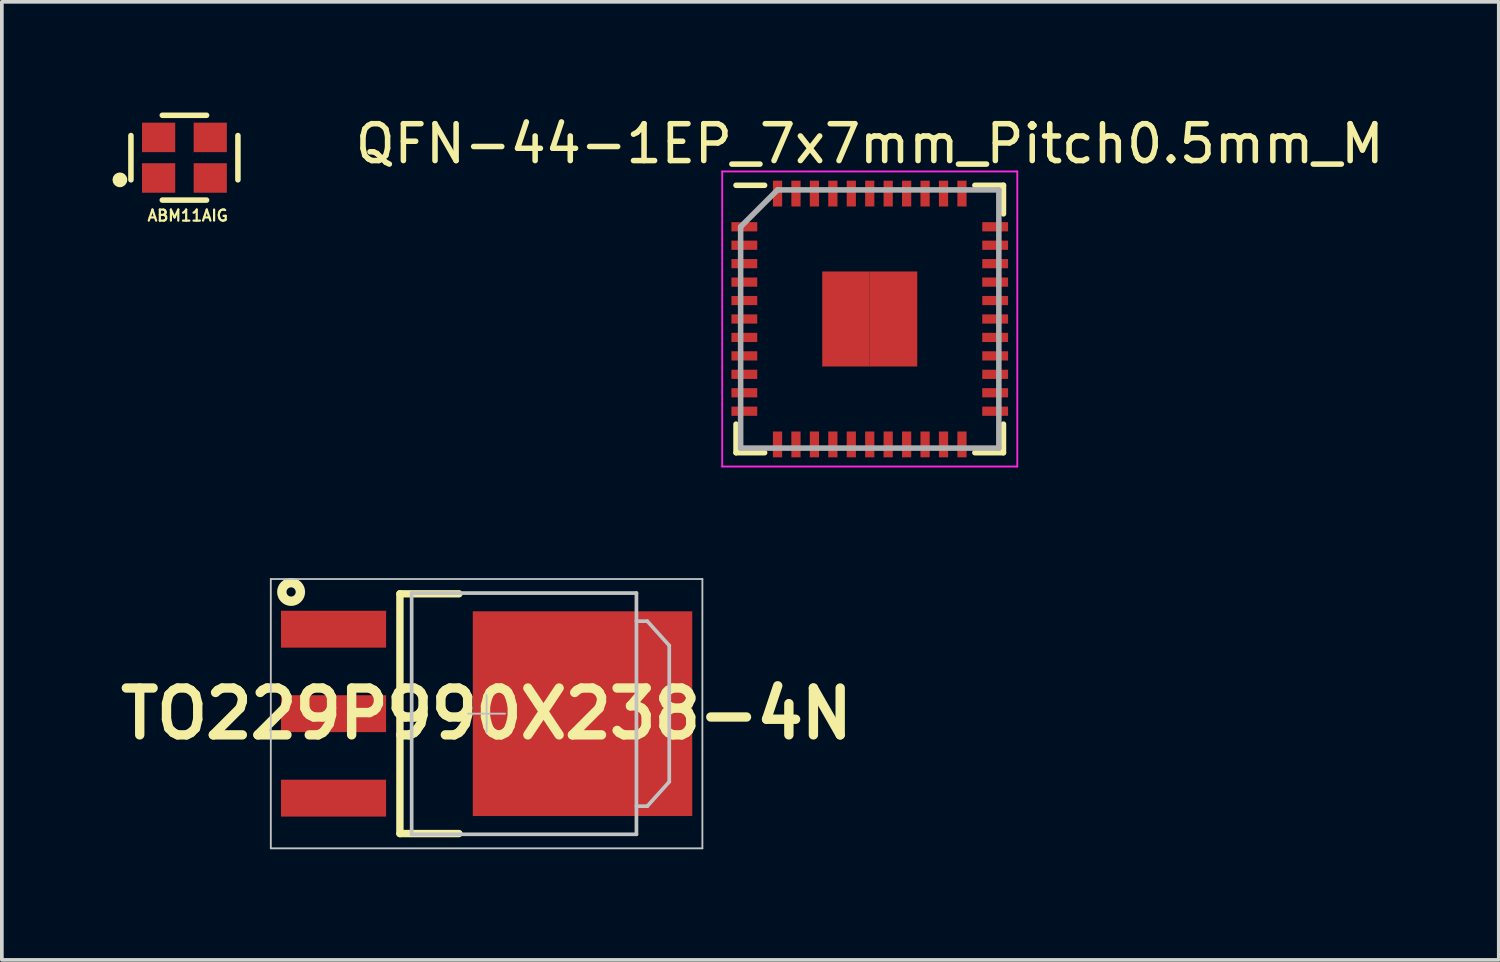
<source format=kicad_pcb>
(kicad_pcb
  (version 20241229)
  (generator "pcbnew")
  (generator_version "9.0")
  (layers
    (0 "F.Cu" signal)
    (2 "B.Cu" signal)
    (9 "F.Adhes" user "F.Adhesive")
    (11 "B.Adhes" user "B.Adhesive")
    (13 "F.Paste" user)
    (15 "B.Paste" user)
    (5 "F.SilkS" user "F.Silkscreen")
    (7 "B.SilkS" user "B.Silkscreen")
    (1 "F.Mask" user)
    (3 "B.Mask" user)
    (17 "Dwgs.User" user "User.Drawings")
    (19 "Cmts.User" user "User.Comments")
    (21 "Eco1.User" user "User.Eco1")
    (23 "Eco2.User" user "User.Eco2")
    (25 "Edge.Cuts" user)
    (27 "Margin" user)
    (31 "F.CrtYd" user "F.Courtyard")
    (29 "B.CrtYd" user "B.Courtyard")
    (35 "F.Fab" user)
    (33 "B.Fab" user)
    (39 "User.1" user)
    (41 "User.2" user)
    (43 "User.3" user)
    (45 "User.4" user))
  (footprint "TO229P990X238-4N"
    (layer "F.Cu")
    (at 10.142 16.298)
    (property "Reference" "TO229P990X238-4N" (at 0 0 0) (layer "F.SilkS") (effects (font (size 1.27 1.27) (thickness 0.254))))
    (attr smd)
    (fp_line (start -2.35 -3.25) (end -0.75 -3.25) (stroke (width 0.2) (type solid)) (layer "F.SilkS"))
    (fp_line (start -2.35 3.25) (end -2.35 -3.25) (stroke (width 0.2) (type solid)) (layer "F.SilkS"))
    (fp_line (start -0.75 3.25) (end -2.35 3.25) (stroke (width 0.2) (type solid)) (layer "F.SilkS"))
    (fp_circle (center -5.3 -3.3) (end -5.425 -3.3) (stroke (width 0.254) (type solid)) (fill no) (layer "F.SilkS"))
    (fp_line (start -5.85 -3.65) (end -5.85 3.65) (stroke (width 0.05) (type solid)) (layer "Dwgs.User"))
    (fp_line (start -5.85 3.65) (end 5.85 3.65) (stroke (width 0.05) (type solid)) (layer "Dwgs.User"))
    (fp_line (start -2.095 -3.365) (end -2.095 3.365) (stroke (width 0.001) (type solid)) (layer "Dwgs.User"))
    (fp_line (start -2.095 3.365) (end 4.125 3.365) (stroke (width 0.001) (type solid)) (layer "Dwgs.User"))
    (fp_line (start -2.032 -3.27) (end -2.032 3.27) (stroke (width 0.1) (type solid)) (layer "Dwgs.User"))
    (fp_line (start -2.032 3.27) (end 4.062 3.27) (stroke (width 0.1) (type solid)) (layer "Dwgs.User"))
    (fp_line (start -0.5 0) (end 0.5 0) (stroke (width 0.05) (type solid)) (layer "Dwgs.User"))
    (fp_line (start 0 0.5) (end 0 -0.5) (stroke (width 0.05) (type solid)) (layer "Dwgs.User"))
    (fp_line (start 4.062 -3.27) (end -2.032 -3.27) (stroke (width 0.1) (type solid)) (layer "Dwgs.User"))
    (fp_line (start 4.062 2.508) (end 4.356 2.508) (stroke (width 0.1) (type solid)) (layer "Dwgs.User"))
    (fp_line (start 4.062 3.27) (end 4.062 -3.27) (stroke (width 0.1) (type solid)) (layer "Dwgs.User"))
    (fp_line (start 4.125 -3.365) (end -2.095 -3.365) (stroke (width 0.001) (type solid)) (layer "Dwgs.User"))
    (fp_line (start 4.125 3.365) (end 4.125 -3.365) (stroke (width 0.001) (type solid)) (layer "Dwgs.User"))
    (fp_line (start 4.356 -2.508) (end 4.062 -2.508) (stroke (width 0.1) (type solid)) (layer "Dwgs.User"))
    (fp_line (start 4.356 2.508) (end 4.952 1.846) (stroke (width 0.1) (type solid)) (layer "Dwgs.User"))
    (fp_line (start 4.952 -1.847) (end 4.356 -2.508) (stroke (width 0.1) (type solid)) (layer "Dwgs.User"))
    (fp_line (start 4.952 1.846) (end 4.952 -1.847) (stroke (width 0.1) (type solid)) (layer "Dwgs.User"))
    (fp_line (start 5.85 -3.65) (end -5.85 -3.65) (stroke (width 0.05) (type solid)) (layer "Dwgs.User"))
    (fp_line (start 5.85 3.65) (end 5.85 -3.65) (stroke (width 0.05) (type solid)) (layer "Dwgs.User"))
    (pad "1" smd rect (at -4.15 -2.29 90) (size 1 2.85) (layers "F.Cu" "F.Mask" "F.Paste"))
    (pad "2" smd rect (at -4.15 0 90) (size 1 2.85) (layers "F.Cu" "F.Mask" "F.Paste"))
    (pad "3" smd rect (at -4.15 2.29 90) (size 1 2.85) (layers "F.Cu" "F.Mask" "F.Paste"))
    (pad "4" smd rect (at 2.6 0 90) (size 5.55 5.95) (layers "F.Cu" "F.Mask" "F.Paste")))
  (footprint "QFN-44-1EP_7x7mm_Pitch0.5mm_M"
    (layer "F.Cu")
    (at 20.529 5.598)
    (property "Reference" "QFN-44-1EP_7x7mm_Pitch0.5mm_M" (at 0 -4.75 0) (layer "F.SilkS") (effects (font (size 1 1) (thickness 0.15))))
    (attr smd)
    (fp_line (start -3.625 -3.625) (end -2.85 -3.625) (stroke (width 0.15) (type solid)) (layer "F.SilkS"))
    (fp_line (start -3.625 3.625) (end -3.625 2.85) (stroke (width 0.15) (type solid)) (layer "F.SilkS"))
    (fp_line (start -3.625 3.625) (end -2.85 3.625) (stroke (width 0.15) (type solid)) (layer "F.SilkS"))
    (fp_line (start 3.625 -3.625) (end 2.85 -3.625) (stroke (width 0.15) (type solid)) (layer "F.SilkS"))
    (fp_line (start 3.625 -3.625) (end 3.625 -2.85) (stroke (width 0.15) (type solid)) (layer "F.SilkS"))
    (fp_line (start 3.625 3.625) (end 2.85 3.625) (stroke (width 0.15) (type solid)) (layer "F.SilkS"))
    (fp_line (start 3.625 3.625) (end 3.625 2.85) (stroke (width 0.15) (type solid)) (layer "F.SilkS"))
    (fp_line (start -4 -4) (end -4 4) (stroke (width 0.05) (type solid)) (layer "F.CrtYd"))
    (fp_line (start -4 -4) (end 4 -4) (stroke (width 0.05) (type solid)) (layer "F.CrtYd"))
    (fp_line (start -4 4) (end 4 4) (stroke (width 0.05) (type solid)) (layer "F.CrtYd"))
    (fp_line (start 4 -4) (end 4 4) (stroke (width 0.05) (type solid)) (layer "F.CrtYd"))
    (fp_line (start -3.5 -2.5) (end -2.5 -3.5) (stroke (width 0.15) (type solid)) (layer "F.Fab"))
    (fp_line (start -3.5 3.5) (end -3.5 -2.5) (stroke (width 0.15) (type solid)) (layer "F.Fab"))
    (fp_line (start -2.5 -3.5) (end 3.5 -3.5) (stroke (width 0.15) (type solid)) (layer "F.Fab"))
    (fp_line (start 3.5 -3.5) (end 3.5 3.5) (stroke (width 0.15) (type solid)) (layer "F.Fab"))
    (fp_line (start 3.5 3.5) (end -3.5 3.5) (stroke (width 0.15) (type solid)) (layer "F.Fab"))
    (pad "1" smd rect (at -3.4 -2.5) (size 0.7 0.25) (layers "F.Cu" "F.Mask" "F.Paste"))
    (pad "2" smd rect (at -3.4 -2) (size 0.7 0.25) (layers "F.Cu" "F.Mask" "F.Paste"))
    (pad "3" smd rect (at -3.4 -1.5) (size 0.7 0.25) (layers "F.Cu" "F.Mask" "F.Paste"))
    (pad "4" smd rect (at -3.4 -1) (size 0.7 0.25) (layers "F.Cu" "F.Mask" "F.Paste"))
    (pad "5" smd rect (at -3.4 -0.5) (size 0.7 0.25) (layers "F.Cu" "F.Mask" "F.Paste"))
    (pad "6" smd rect (at -3.4 0) (size 0.7 0.25) (layers "F.Cu" "F.Mask" "F.Paste"))
    (pad "7" smd rect (at -3.4 0.5) (size 0.7 0.25) (layers "F.Cu" "F.Mask" "F.Paste"))
    (pad "8" smd rect (at -3.4 1) (size 0.7 0.25) (layers "F.Cu" "F.Mask" "F.Paste"))
    (pad "9" smd rect (at -3.4 1.5) (size 0.7 0.25) (layers "F.Cu" "F.Mask" "F.Paste"))
    (pad "10" smd rect (at -3.4 2) (size 0.7 0.25) (layers "F.Cu" "F.Mask" "F.Paste"))
    (pad "11" smd rect (at -3.4 2.5) (size 0.7 0.25) (layers "F.Cu" "F.Mask" "F.Paste"))
    (pad "12" smd rect (at -2.5 3.4 90) (size 0.7 0.25) (layers "F.Cu" "F.Mask" "F.Paste"))
    (pad "13" smd rect (at -2 3.4 90) (size 0.7 0.25) (layers "F.Cu" "F.Mask" "F.Paste"))
    (pad "14" smd rect (at -1.5 3.4 90) (size 0.7 0.25) (layers "F.Cu" "F.Mask" "F.Paste"))
    (pad "15" smd rect (at -1 3.4 90) (size 0.7 0.25) (layers "F.Cu" "F.Mask" "F.Paste"))
    (pad "16" smd rect (at -0.5 3.4 90) (size 0.7 0.25) (layers "F.Cu" "F.Mask" "F.Paste"))
    (pad "17" smd rect (at 0 3.4 90) (size 0.7 0.25) (layers "F.Cu" "F.Mask" "F.Paste"))
    (pad "18" smd rect (at 0.5 3.4 90) (size 0.7 0.25) (layers "F.Cu" "F.Mask" "F.Paste"))
    (pad "19" smd rect (at 1 3.4 90) (size 0.7 0.25) (layers "F.Cu" "F.Mask" "F.Paste"))
    (pad "20" smd rect (at 1.5 3.4 90) (size 0.7 0.25) (layers "F.Cu" "F.Mask" "F.Paste"))
    (pad "21" smd rect (at 2 3.4 90) (size 0.7 0.25) (layers "F.Cu" "F.Mask" "F.Paste"))
    (pad "22" smd rect (at 2.5 3.4 90) (size 0.7 0.25) (layers "F.Cu" "F.Mask" "F.Paste"))
    (pad "23" smd rect (at 3.4 2.5) (size 0.7 0.25) (layers "F.Cu" "F.Mask" "F.Paste"))
    (pad "24" smd rect (at 3.4 2) (size 0.7 0.25) (layers "F.Cu" "F.Mask" "F.Paste"))
    (pad "25" smd rect (at 3.4 1.5) (size 0.7 0.25) (layers "F.Cu" "F.Mask" "F.Paste"))
    (pad "26" smd rect (at 3.4 1) (size 0.7 0.25) (layers "F.Cu" "F.Mask" "F.Paste"))
    (pad "27" smd rect (at 3.4 0.5) (size 0.7 0.25) (layers "F.Cu" "F.Mask" "F.Paste"))
    (pad "28" smd rect (at 3.4 0) (size 0.7 0.25) (layers "F.Cu" "F.Mask" "F.Paste"))
    (pad "29" smd rect (at 3.4 -0.5) (size 0.7 0.25) (layers "F.Cu" "F.Mask" "F.Paste"))
    (pad "30" smd rect (at 3.4 -1) (size 0.7 0.25) (layers "F.Cu" "F.Mask" "F.Paste"))
    (pad "31" smd rect (at 3.4 -1.5) (size 0.7 0.25) (layers "F.Cu" "F.Mask" "F.Paste"))
    (pad "32" smd rect (at 3.4 -2) (size 0.7 0.25) (layers "F.Cu" "F.Mask" "F.Paste"))
    (pad "33" smd rect (at 3.4 -2.5) (size 0.7 0.25) (layers "F.Cu" "F.Mask" "F.Paste"))
    (pad "34" smd rect (at 2.5 -3.4 90) (size 0.7 0.25) (layers "F.Cu" "F.Mask" "F.Paste"))
    (pad "35" smd rect (at 2 -3.4 90) (size 0.7 0.25) (layers "F.Cu" "F.Mask" "F.Paste"))
    (pad "36" smd rect (at 1.5 -3.4 90) (size 0.7 0.25) (layers "F.Cu" "F.Mask" "F.Paste"))
    (pad "37" smd rect (at 1 -3.4 90) (size 0.7 0.25) (layers "F.Cu" "F.Mask" "F.Paste"))
    (pad "38" smd rect (at 0.5 -3.4 90) (size 0.7 0.25) (layers "F.Cu" "F.Mask" "F.Paste"))
    (pad "39" smd rect (at 0 -3.4 90) (size 0.7 0.25) (layers "F.Cu" "F.Mask" "F.Paste"))
    (pad "40" smd rect (at -0.5 -3.4 90) (size 0.7 0.25) (layers "F.Cu" "F.Mask" "F.Paste"))
    (pad "41" smd rect (at -1 -3.4 90) (size 0.7 0.25) (layers "F.Cu" "F.Mask" "F.Paste"))
    (pad "42" smd rect (at -1.5 -3.4 90) (size 0.7 0.25) (layers "F.Cu" "F.Mask" "F.Paste"))
    (pad "43" smd rect (at -2 -3.4 90) (size 0.7 0.25) (layers "F.Cu" "F.Mask" "F.Paste"))
    (pad "44" smd rect (at -2.5 -3.4 90) (size 0.7 0.25) (layers "F.Cu" "F.Mask" "F.Paste"))
    (pad "45" smd rect (at -0.644 -0.644) (size 1.288 1.288) (layers "F.Cu" "F.Mask" "F.Paste"))
    (pad "45" smd rect (at -0.644 0.644) (size 1.288 1.288) (layers "F.Cu" "F.Mask" "F.Paste"))
    (pad "45" smd rect (at 0.644 -0.644) (size 1.288 1.288) (layers "F.Cu" "F.Mask" "F.Paste"))
    (pad "45" smd rect (at 0.644 0.644) (size 1.288 1.288) (layers "F.Cu" "F.Mask" "F.Paste")))
  (footprint "ABM11AIG"
    (layer "F.Cu")
    (at 1.95 1.225)
    (property "Reference" "ABM11AIG" (at 0.09 1.57 0) (layer "F.SilkS") (effects (font (size 0.3 0.3) (thickness 0.06))))
    (attr through_hole)
    (fp_line (start -1.45 -0.6) (end -1.45 0.6) (stroke (width 0.15) (type solid)) (layer "F.SilkS"))
    (fp_line (start -0.6 -1.15) (end 0.6 -1.15) (stroke (width 0.15) (type solid)) (layer "F.SilkS"))
    (fp_line (start -0.6 1.15) (end 0.6 1.15) (stroke (width 0.15) (type solid)) (layer "F.SilkS"))
    (fp_line (start 1.45 -0.6) (end 1.45 0.6) (stroke (width 0.15) (type solid)) (layer "F.SilkS"))
    (fp_circle (center -1.75 0.6) (end -1.75 0.7) (stroke (width 0.2) (type solid)) (fill no) (layer "F.SilkS"))
    (pad "1" smd rect (at -0.7 0.55) (size 0.9 0.8) (layers "F.Cu" "F.Mask" "F.Paste"))
    (pad "2" smd rect (at 0.7 0.55) (size 0.9 0.8) (layers "F.Cu" "F.Mask" "F.Paste"))
    (pad "3" smd rect (at 0.7 -0.55) (size 0.9 0.8) (layers "F.Cu" "F.Mask" "F.Paste"))
    (pad "4" smd rect (at -0.7 -0.55) (size 0.9 0.8) (layers "F.Cu" "F.Mask" "F.Paste")))
  (gr_rect
    (start -3 -3)
    (end 37.582 22.973)
    (stroke (width 0.1) (type default))
    (fill no)
    (layer "Edge.Cuts")))
</source>
